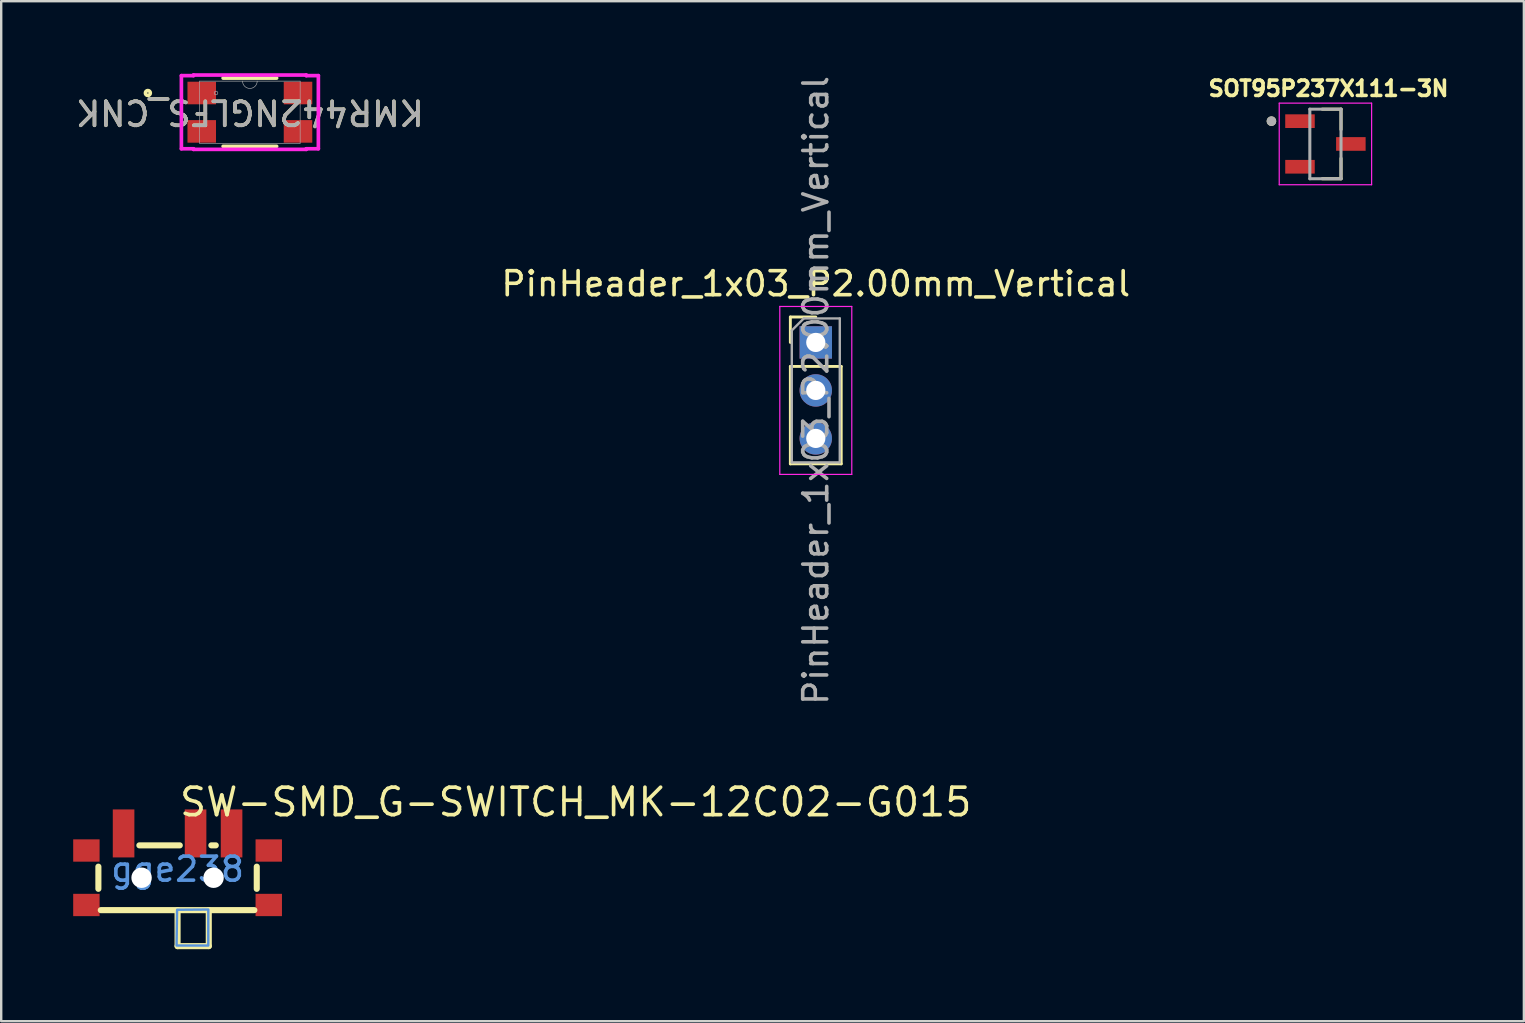
<source format=kicad_pcb>
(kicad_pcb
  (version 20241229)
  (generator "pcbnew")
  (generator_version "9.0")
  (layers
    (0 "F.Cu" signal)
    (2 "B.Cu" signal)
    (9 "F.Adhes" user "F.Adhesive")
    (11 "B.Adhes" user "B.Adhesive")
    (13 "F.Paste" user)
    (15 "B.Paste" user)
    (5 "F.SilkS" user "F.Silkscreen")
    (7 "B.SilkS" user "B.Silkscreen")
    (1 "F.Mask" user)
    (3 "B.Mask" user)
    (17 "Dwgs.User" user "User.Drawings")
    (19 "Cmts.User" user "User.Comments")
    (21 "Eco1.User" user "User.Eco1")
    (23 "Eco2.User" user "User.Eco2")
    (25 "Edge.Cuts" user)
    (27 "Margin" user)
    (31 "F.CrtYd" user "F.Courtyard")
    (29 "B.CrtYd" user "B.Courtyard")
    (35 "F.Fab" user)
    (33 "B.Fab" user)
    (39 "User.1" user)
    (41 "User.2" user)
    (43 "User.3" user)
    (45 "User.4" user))
  (footprint "PinHeader_1x03_P2.00mm_Vertical"
    (layer "F.Cu")
    (at 30.946 11.22)
    (property "Reference" "PinHeader_1x03_P2.00mm_Vertical" (at 0 -2.445 0) (layer "F.SilkS") (effects (font (size 1 1) (thickness 0.15))))
    (attr through_hole)
    (fp_line (start -1.06 -1.06) (end 0 -1.06) (stroke (width 0.12) (type solid)) (layer "F.SilkS"))
    (fp_line (start -1.06 0) (end -1.06 -1.06) (stroke (width 0.12) (type solid)) (layer "F.SilkS"))
    (fp_line (start -1.06 1) (end -1.06 5.06) (stroke (width 0.12) (type solid)) (layer "F.SilkS"))
    (fp_line (start -1.06 1) (end 1.06 1) (stroke (width 0.12) (type solid)) (layer "F.SilkS"))
    (fp_line (start -1.06 5.06) (end 1.06 5.06) (stroke (width 0.12) (type solid)) (layer "F.SilkS"))
    (fp_line (start 1.06 1) (end 1.06 5.06) (stroke (width 0.12) (type solid)) (layer "F.SilkS"))
    (fp_line (start -1.5 -1.5) (end -1.5 5.5) (stroke (width 0.05) (type solid)) (layer "F.CrtYd"))
    (fp_line (start -1.5 5.5) (end 1.5 5.5) (stroke (width 0.05) (type solid)) (layer "F.CrtYd"))
    (fp_line (start 1.5 -1.5) (end -1.5 -1.5) (stroke (width 0.05) (type solid)) (layer "F.CrtYd"))
    (fp_line (start 1.5 5.5) (end 1.5 -1.5) (stroke (width 0.05) (type solid)) (layer "F.CrtYd"))
    (fp_line (start -1 -0.5) (end -0.5 -1) (stroke (width 0.1) (type solid)) (layer "F.Fab"))
    (fp_line (start -1 5) (end -1 -0.5) (stroke (width 0.1) (type solid)) (layer "F.Fab"))
    (fp_line (start -0.5 -1) (end 1 -1) (stroke (width 0.1) (type solid)) (layer "F.Fab"))
    (fp_line (start 1 -1) (end 1 5) (stroke (width 0.1) (type solid)) (layer "F.Fab"))
    (fp_line (start 1 5) (end -1 5) (stroke (width 0.1) (type solid)) (layer "F.Fab"))
    (fp_text user "${REFERENCE}" (at 0 2 90) (layer "F.Fab") (effects (font (size 1 1) (thickness 0.15))))
    (pad "1" thru_hole rect (at 0 0) (size 1.35 1.35) (drill 0.8) (layers "*.Cu" "*.Mask"))
    (pad "2" thru_hole oval (at 0 2) (size 1.35 1.35) (drill 0.8) (layers "*.Cu" "*.Mask"))
    (pad "3" thru_hole oval (at 0 4) (size 1.35 1.35) (drill 0.8) (layers "*.Cu" "*.Mask")))
  (footprint "SW-SMD_G-SWITCH_MK-12C02-G015"
    (layer "F.Cu")
    (at 4.35 33.172)
    (property "Reference" "SW-SMD_G-SWITCH_MK-12C02-G015" (at 0 -2.796 0) (layer "F.SilkS") (effects (font (size 1.143 1.143) (thickness 0.152)) (justify left)))
    (attr smd)
    (fp_line (start -3.3 0.818) (end -3.3 -0.106) (stroke (width 0.254) (type solid)) (layer "F.SilkS"))
    (fp_line (start 0 3.206) (end 0 1.706) (stroke (width 0.254) (type solid)) (layer "F.SilkS"))
    (fp_line (start 0.092 -0.994) (end -1.592 -0.994) (stroke (width 0.254) (type solid)) (layer "F.SilkS"))
    (fp_line (start 1.3 1.706) (end 1.3 3.206) (stroke (width 0.254) (type solid)) (layer "F.SilkS"))
    (fp_line (start 1.3 3.206) (end 0 3.206) (stroke (width 0.254) (type solid)) (layer "F.SilkS"))
    (fp_line (start 1.592 -0.994) (end 1.408 -0.994) (stroke (width 0.254) (type solid)) (layer "F.SilkS"))
    (fp_line (start 3.2 1.706) (end -3.2 1.706) (stroke (width 0.254) (type solid)) (layer "F.SilkS"))
    (fp_line (start 3.3 0.818) (end 3.3 -0.106) (stroke (width 0.254) (type solid)) (layer "F.SilkS"))
    (fp_circle (center -1.5 0.356) (end -1.325 0.356) (stroke (width 0.35) (type solid)) (fill no) (layer "Cmts.User"))
    (fp_circle (center 1.5 0.356) (end 1.675 0.356) (stroke (width 0.35) (type solid)) (fill no) (layer "Cmts.User"))
    (fp_poly (pts (xy -0.02 1.69) (xy 1.28 1.68) (xy 1.28 3.18) (xy -0.04 3.18) (xy -0.04 3)) (stroke (width 0.1) (type solid)) (fill no) (layer "Cmts.User"))
    (fp_text user "gge238" (at 0 0 0) (layer "Cmts.User") (effects (font (size 1 1) (thickness 0.15))))
    (pad "" np_thru_hole circle (at -1.5 0.356) (size 0.85 0.85) (drill 0.85) (layers "*.Cu" "*.Mask"))
    (pad "" np_thru_hole circle (at 1.5 0.356) (size 0.85 0.85) (drill 0.85) (layers "*.Cu" "*.Mask"))
    (pad "1" smd rect (at -2.25 -1.491) (size 0.9 2) (layers "F.Cu" "F.Mask" "F.Paste"))
    (pad "2" smd rect (at 0.75 -1.491) (size 0.9 2) (layers "F.Cu" "F.Mask" "F.Paste"))
    (pad "3" smd rect (at 2.25 -1.491) (size 0.9 2) (layers "F.Cu" "F.Mask" "F.Paste"))
    (pad "4" smd rect (at 3.8 -0.779) (size 1.1 0.93) (layers "F.Cu" "F.Mask" "F.Paste"))
    (pad "5" smd rect (at 3.8 1.491) (size 1.1 0.93) (layers "F.Cu" "F.Mask" "F.Paste"))
    (pad "6" smd rect (at -3.8 1.491) (size 1.1 0.93) (layers "F.Cu" "F.Mask" "F.Paste"))
    (pad "7" smd rect (at -3.8 -0.779 180) (size 1.1 0.93) (layers "F.Cu" "F.Mask" "F.Paste")))
  (footprint "KMR442NGLFS_CNK"
    (layer "F.Cu")
    (at 7.363 1.626)
    (property "Reference" "KMR442NGLFS_CNK" (at 0 0 180) (unlocked yes) (layer "F.SilkS") (effects (font (size 1 1) (thickness 0.15))))
    (attr smd)
    (fp_line (start -1.115 1.422) (end 1.115 1.422) (stroke (width 0.152) (type solid)) (layer "F.SilkS"))
    (fp_line (start 1.115 -1.422) (end -1.115 -1.422) (stroke (width 0.152) (type solid)) (layer "F.SilkS"))
    (fp_circle (center -4.251 -0.8) (end -4.149 -0.8) (stroke (width 0.152) (type solid)) (fill no) (layer "F.SilkS"))
    (fp_line (start -2.854 -1.524) (end -2.349 -1.524) (stroke (width 0.152) (type solid)) (layer "F.CrtYd"))
    (fp_line (start -2.854 1.524) (end -2.854 -1.524) (stroke (width 0.152) (type solid)) (layer "F.CrtYd"))
    (fp_line (start -2.854 1.524) (end -2.349 1.524) (stroke (width 0.152) (type solid)) (layer "F.CrtYd"))
    (fp_line (start -2.349 -1.549) (end 2.349 -1.549) (stroke (width 0.152) (type solid)) (layer "F.CrtYd"))
    (fp_line (start -2.349 -1.524) (end -2.349 -1.549) (stroke (width 0.152) (type solid)) (layer "F.CrtYd"))
    (fp_line (start -2.349 1.549) (end -2.349 1.524) (stroke (width 0.152) (type solid)) (layer "F.CrtYd"))
    (fp_line (start 2.349 -1.549) (end 2.349 -1.524) (stroke (width 0.152) (type solid)) (layer "F.CrtYd"))
    (fp_line (start 2.349 1.524) (end 2.349 1.549) (stroke (width 0.152) (type solid)) (layer "F.CrtYd"))
    (fp_line (start 2.349 1.549) (end -2.349 1.549) (stroke (width 0.152) (type solid)) (layer "F.CrtYd"))
    (fp_line (start 2.854 -1.524) (end 2.349 -1.524) (stroke (width 0.152) (type solid)) (layer "F.CrtYd"))
    (fp_line (start 2.854 -1.524) (end 2.854 1.524) (stroke (width 0.152) (type solid)) (layer "F.CrtYd"))
    (fp_line (start 2.854 1.524) (end 2.349 1.524) (stroke (width 0.152) (type solid)) (layer "F.CrtYd"))
    (fp_line (start -2.095 -1.295) (end -2.095 1.295) (stroke (width 0.025) (type solid)) (layer "F.Fab"))
    (fp_line (start -2.095 1.295) (end 2.095 1.295) (stroke (width 0.025) (type solid)) (layer "F.Fab"))
    (fp_line (start 2.095 -1.295) (end -2.095 -1.295) (stroke (width 0.025) (type solid)) (layer "F.Fab"))
    (fp_line (start 2.095 1.295) (end 2.095 -1.295) (stroke (width 0.025) (type solid)) (layer "F.Fab"))
    (fp_arc (start 0.3048 -1.2954) (mid 0 -0.9906) (end -0.3048 -1.2954) (stroke (width 0.0254) (type solid)) (layer "F.Fab"))
    (fp_circle (center -1.411 -0.8) (end -1.335 -0.8) (stroke (width 0.025) (type solid)) (fill no) (layer "F.Fab"))
    (fp_text user "${REFERENCE}" (at 0 0 180) (unlocked yes) (layer "F.Fab") (effects (font (size 1 1) (thickness 0.15))))
    (pad "1" smd rect (at -2.006 -0.8 180) (size 1.189 0.941) (layers "F.Cu" "F.Mask" "F.Paste"))
    (pad "2" smd rect (at -2.006 0.8 180) (size 1.189 0.941) (layers "F.Cu" "F.Mask" "F.Paste"))
    (pad "3" smd rect (at 2.006 0.8 180) (size 1.189 0.941) (layers "F.Cu" "F.Mask" "F.Paste"))
    (pad "4" smd rect (at 2.006 -0.8 180) (size 1.189 0.941) (layers "F.Cu" "F.Mask" "F.Paste")))
  (footprint "SOT95P237X111-3N"
    (layer "F.Cu")
    (at 52.184 2.949)
    (property "Reference" "SOT95P237X111-3N" (at 0.127 -2.311 0) (layer "F.SilkS") (effects (font (size 0.64 0.64) (thickness 0.15))))
    (attr smd)
    (fp_line (start -0.132 -1.45) (end 0.65 -1.45) (stroke (width 0.127) (type solid)) (layer "F.SilkS"))
    (fp_line (start 0.65 -1.45) (end 0.65 -0.599) (stroke (width 0.127) (type solid)) (layer "F.SilkS"))
    (fp_line (start 0.65 0.599) (end 0.65 1.45) (stroke (width 0.127) (type solid)) (layer "F.SilkS"))
    (fp_line (start 0.65 1.45) (end -0.132 1.45) (stroke (width 0.127) (type solid)) (layer "F.SilkS"))
    (fp_circle (center -2.25 -0.95) (end -2.15 -0.95) (stroke (width 0.2) (type solid)) (fill no) (layer "F.SilkS"))
    (fp_line (start -1.925 -1.7) (end 1.925 -1.7) (stroke (width 0.05) (type solid)) (layer "F.CrtYd"))
    (fp_line (start -1.925 1.7) (end -1.925 -1.7) (stroke (width 0.05) (type solid)) (layer "F.CrtYd"))
    (fp_line (start 1.925 -1.7) (end 1.925 1.7) (stroke (width 0.05) (type solid)) (layer "F.CrtYd"))
    (fp_line (start 1.925 1.7) (end -1.925 1.7) (stroke (width 0.05) (type solid)) (layer "F.CrtYd"))
    (fp_line (start -0.65 -1.45) (end 0.65 -1.45) (stroke (width 0.127) (type solid)) (layer "F.Fab"))
    (fp_line (start -0.65 1.45) (end -0.65 -1.45) (stroke (width 0.127) (type solid)) (layer "F.Fab"))
    (fp_line (start 0.65 -1.45) (end 0.65 1.45) (stroke (width 0.127) (type solid)) (layer "F.Fab"))
    (fp_line (start 0.65 1.45) (end -0.65 1.45) (stroke (width 0.127) (type solid)) (layer "F.Fab"))
    (fp_circle (center -2.25 -0.95) (end -2.15 -0.95) (stroke (width 0.2) (type solid)) (fill no) (layer "F.Fab"))
    (pad "1" smd rect (at -1.06 -0.95) (size 1.23 0.57) (layers "F.Cu" "F.Mask" "F.Paste"))
    (pad "2" smd rect (at -1.06 0.95) (size 1.23 0.57) (layers "F.Cu" "F.Mask" "F.Paste"))
    (pad "3" smd rect (at 1.06 0) (size 1.23 0.57) (layers "F.Cu" "F.Mask" "F.Paste")))
  (gr_rect
    (start -3 -3)
    (end 60.454 39.505)
    (stroke (width 0.1) (type default))
    (fill no)
    (layer "Edge.Cuts")))
</source>
